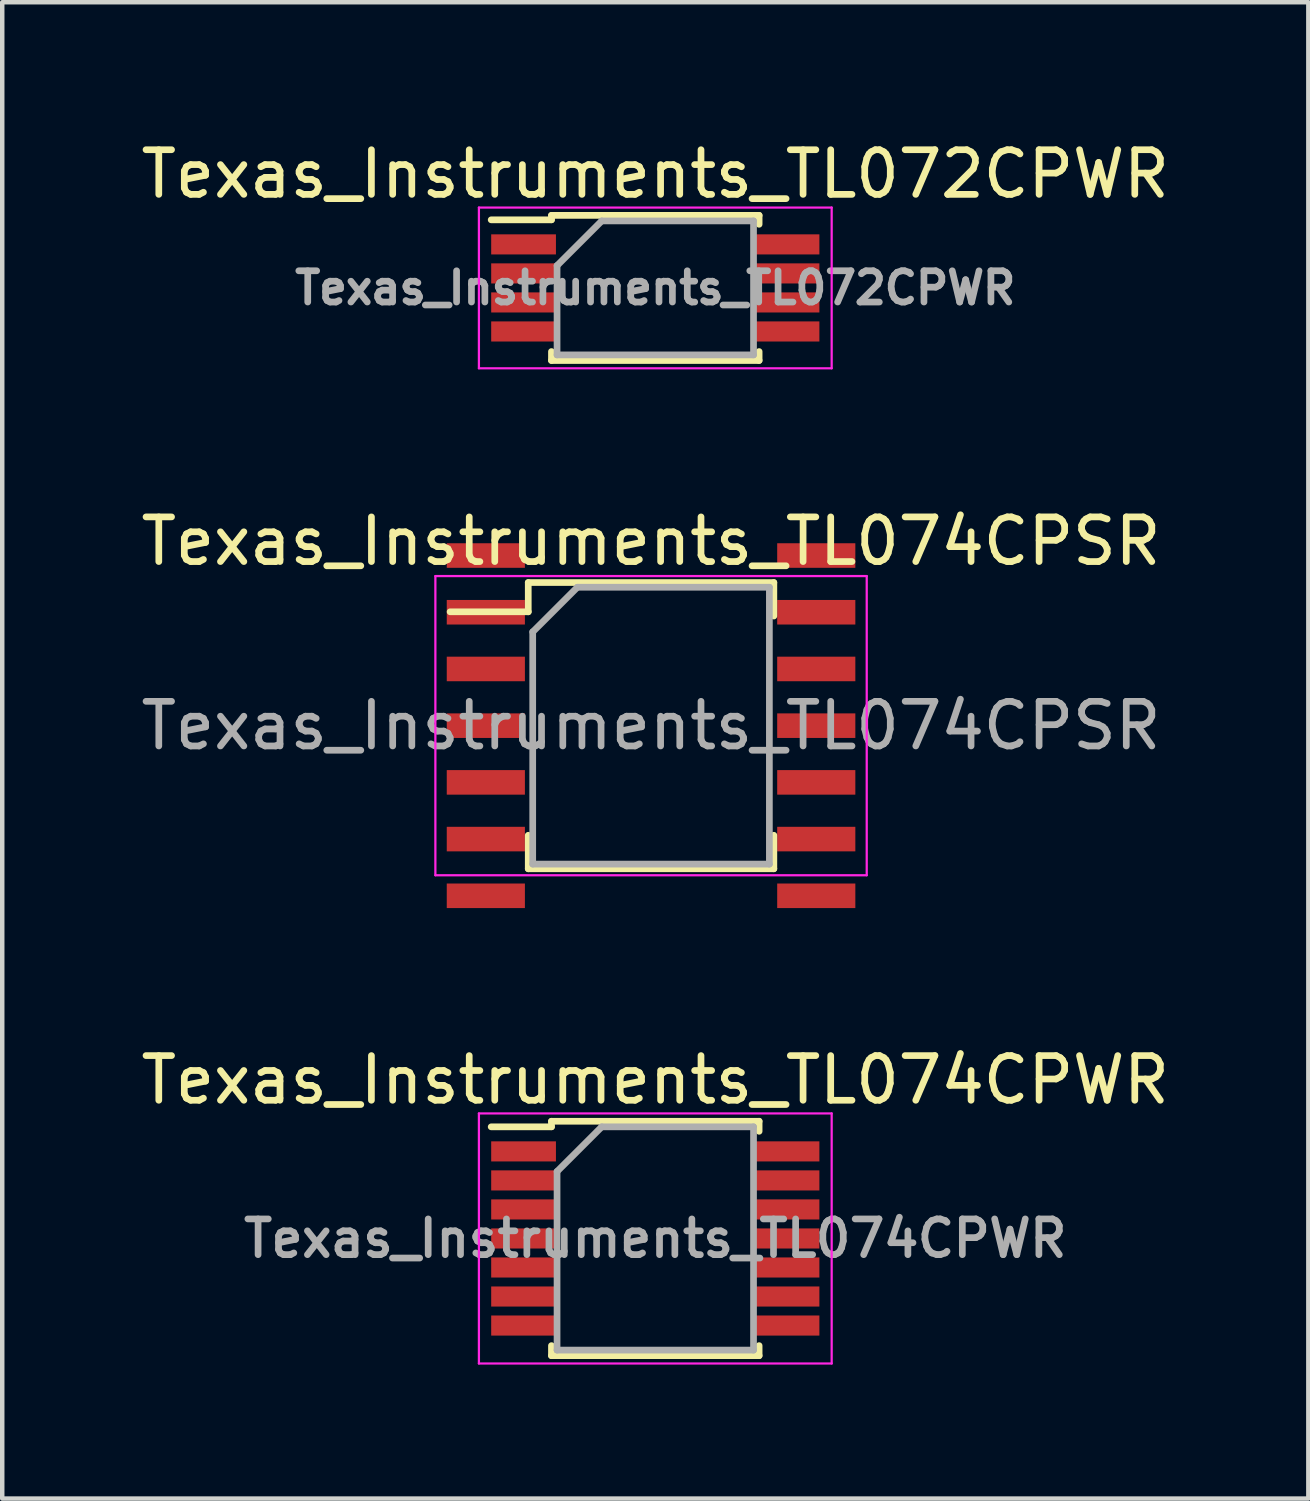
<source format=kicad_pcb>
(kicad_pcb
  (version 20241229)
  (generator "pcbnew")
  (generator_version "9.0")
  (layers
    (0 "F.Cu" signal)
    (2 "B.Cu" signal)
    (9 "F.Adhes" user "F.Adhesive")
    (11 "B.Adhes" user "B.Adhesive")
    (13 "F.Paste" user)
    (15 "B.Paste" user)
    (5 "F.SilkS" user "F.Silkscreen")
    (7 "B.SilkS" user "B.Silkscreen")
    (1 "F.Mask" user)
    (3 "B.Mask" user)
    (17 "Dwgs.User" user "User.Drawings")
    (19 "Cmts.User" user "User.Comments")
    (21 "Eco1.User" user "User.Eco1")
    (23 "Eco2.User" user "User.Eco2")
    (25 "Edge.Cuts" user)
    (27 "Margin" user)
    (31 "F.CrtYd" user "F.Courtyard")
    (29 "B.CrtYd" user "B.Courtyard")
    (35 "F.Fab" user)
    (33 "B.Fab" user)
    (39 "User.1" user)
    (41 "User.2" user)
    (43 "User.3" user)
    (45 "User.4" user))
  (footprint "Texas_Instruments_TL074CPWR"
    (layer "F.Cu")
    (at 11.625 24.685)
    (property "Reference" "Texas_Instruments_TL074CPWR" (at 0 -3.55 0) (layer "F.SilkS") (effects (font (size 1 1) (thickness 0.15))))
    (attr smd)
    (fp_line (start -2.325 -2.625) (end -2.325 -2.5) (stroke (width 0.15) (type solid)) (layer "F.SilkS"))
    (fp_line (start -2.325 -2.625) (end 2.325 -2.625) (stroke (width 0.15) (type solid)) (layer "F.SilkS"))
    (fp_line (start -2.325 -2.5) (end -3.675 -2.5) (stroke (width 0.15) (type solid)) (layer "F.SilkS"))
    (fp_line (start -2.325 2.625) (end -2.325 2.4) (stroke (width 0.15) (type solid)) (layer "F.SilkS"))
    (fp_line (start -2.325 2.625) (end 2.325 2.625) (stroke (width 0.15) (type solid)) (layer "F.SilkS"))
    (fp_line (start 2.325 -2.625) (end 2.325 -2.4) (stroke (width 0.15) (type solid)) (layer "F.SilkS"))
    (fp_line (start 2.325 2.625) (end 2.325 2.4) (stroke (width 0.15) (type solid)) (layer "F.SilkS"))
    (fp_line (start -3.95 -2.8) (end -3.95 2.8) (stroke (width 0.05) (type solid)) (layer "F.CrtYd"))
    (fp_line (start -3.95 -2.8) (end 3.95 -2.8) (stroke (width 0.05) (type solid)) (layer "F.CrtYd"))
    (fp_line (start -3.95 2.8) (end 3.95 2.8) (stroke (width 0.05) (type solid)) (layer "F.CrtYd"))
    (fp_line (start 3.95 -2.8) (end 3.95 2.8) (stroke (width 0.05) (type solid)) (layer "F.CrtYd"))
    (fp_line (start -2.2 -1.5) (end -1.2 -2.5) (stroke (width 0.15) (type solid)) (layer "F.Fab"))
    (fp_line (start -2.2 2.5) (end -2.2 -1.5) (stroke (width 0.15) (type solid)) (layer "F.Fab"))
    (fp_line (start -1.2 -2.5) (end 2.2 -2.5) (stroke (width 0.15) (type solid)) (layer "F.Fab"))
    (fp_line (start 2.2 -2.5) (end 2.2 2.5) (stroke (width 0.15) (type solid)) (layer "F.Fab"))
    (fp_line (start 2.2 2.5) (end -2.2 2.5) (stroke (width 0.15) (type solid)) (layer "F.Fab"))
    (fp_text user "${REFERENCE}" (at 0 0 0) (layer "F.Fab") (effects (font (size 0.8 0.8) (thickness 0.15))))
    (pad "1" smd rect (at -2.95 -1.95) (size 1.45 0.45) (layers "F.Cu" "F.Mask" "F.Paste"))
    (pad "2" smd rect (at -2.95 -1.3) (size 1.45 0.45) (layers "F.Cu" "F.Mask" "F.Paste"))
    (pad "3" smd rect (at -2.95 -0.65) (size 1.45 0.45) (layers "F.Cu" "F.Mask" "F.Paste"))
    (pad "4" smd rect (at -2.95 0) (size 1.45 0.45) (layers "F.Cu" "F.Mask" "F.Paste"))
    (pad "5" smd rect (at -2.95 0.65) (size 1.45 0.45) (layers "F.Cu" "F.Mask" "F.Paste"))
    (pad "6" smd rect (at -2.95 1.3) (size 1.45 0.45) (layers "F.Cu" "F.Mask" "F.Paste"))
    (pad "7" smd rect (at -2.95 1.95) (size 1.45 0.45) (layers "F.Cu" "F.Mask" "F.Paste"))
    (pad "8" smd rect (at 2.95 1.95) (size 1.45 0.45) (layers "F.Cu" "F.Mask" "F.Paste"))
    (pad "9" smd rect (at 2.95 1.3) (size 1.45 0.45) (layers "F.Cu" "F.Mask" "F.Paste"))
    (pad "10" smd rect (at 2.95 0.65) (size 1.45 0.45) (layers "F.Cu" "F.Mask" "F.Paste"))
    (pad "11" smd rect (at 2.95 0) (size 1.45 0.45) (layers "F.Cu" "F.Mask" "F.Paste"))
    (pad "12" smd rect (at 2.95 -0.65) (size 1.45 0.45) (layers "F.Cu" "F.Mask" "F.Paste"))
    (pad "13" smd rect (at 2.95 -1.3) (size 1.45 0.45) (layers "F.Cu" "F.Mask" "F.Paste"))
    (pad "14" smd rect (at 2.95 -1.95) (size 1.45 0.45) (layers "F.Cu" "F.Mask" "F.Paste")))
  (footprint "Texas_Instruments_TL072CPWR"
    (layer "F.Cu")
    (at 11.625 3.398)
    (property "Reference" "Texas_Instruments_TL072CPWR" (at 0 -2.55 0) (layer "F.SilkS") (effects (font (size 1 1) (thickness 0.15))))
    (attr smd)
    (fp_line (start -2.325 -1.625) (end -2.325 -1.525) (stroke (width 0.15) (type solid)) (layer "F.SilkS"))
    (fp_line (start -2.325 -1.625) (end 2.325 -1.625) (stroke (width 0.15) (type solid)) (layer "F.SilkS"))
    (fp_line (start -2.325 -1.525) (end -3.675 -1.525) (stroke (width 0.15) (type solid)) (layer "F.SilkS"))
    (fp_line (start -2.325 1.625) (end -2.325 1.425) (stroke (width 0.15) (type solid)) (layer "F.SilkS"))
    (fp_line (start -2.325 1.625) (end 2.325 1.625) (stroke (width 0.15) (type solid)) (layer "F.SilkS"))
    (fp_line (start 2.325 -1.625) (end 2.325 -1.425) (stroke (width 0.15) (type solid)) (layer "F.SilkS"))
    (fp_line (start 2.325 1.625) (end 2.325 1.425) (stroke (width 0.15) (type solid)) (layer "F.SilkS"))
    (fp_line (start -3.95 -1.8) (end -3.95 1.8) (stroke (width 0.05) (type solid)) (layer "F.CrtYd"))
    (fp_line (start -3.95 -1.8) (end 3.95 -1.8) (stroke (width 0.05) (type solid)) (layer "F.CrtYd"))
    (fp_line (start -3.95 1.8) (end 3.95 1.8) (stroke (width 0.05) (type solid)) (layer "F.CrtYd"))
    (fp_line (start 3.95 -1.8) (end 3.95 1.8) (stroke (width 0.05) (type solid)) (layer "F.CrtYd"))
    (fp_line (start -2.2 -0.5) (end -1.2 -1.5) (stroke (width 0.15) (type solid)) (layer "F.Fab"))
    (fp_line (start -2.2 1.5) (end -2.2 -0.5) (stroke (width 0.15) (type solid)) (layer "F.Fab"))
    (fp_line (start -1.2 -1.5) (end 2.2 -1.5) (stroke (width 0.15) (type solid)) (layer "F.Fab"))
    (fp_line (start 2.2 -1.5) (end 2.2 1.5) (stroke (width 0.15) (type solid)) (layer "F.Fab"))
    (fp_line (start 2.2 1.5) (end -2.2 1.5) (stroke (width 0.15) (type solid)) (layer "F.Fab"))
    (fp_text user "${REFERENCE}" (at 0 0 0) (layer "F.Fab") (effects (font (size 0.7 0.7) (thickness 0.15))))
    (pad "1" smd rect (at -2.95 -0.975) (size 1.45 0.45) (layers "F.Cu" "F.Mask" "F.Paste"))
    (pad "2" smd rect (at -2.95 -0.325) (size 1.45 0.45) (layers "F.Cu" "F.Mask" "F.Paste"))
    (pad "3" smd rect (at -2.95 0.325) (size 1.45 0.45) (layers "F.Cu" "F.Mask" "F.Paste"))
    (pad "4" smd rect (at -2.95 0.975) (size 1.45 0.45) (layers "F.Cu" "F.Mask" "F.Paste"))
    (pad "5" smd rect (at 2.95 0.975) (size 1.45 0.45) (layers "F.Cu" "F.Mask" "F.Paste"))
    (pad "6" smd rect (at 2.95 0.325) (size 1.45 0.45) (layers "F.Cu" "F.Mask" "F.Paste"))
    (pad "7" smd rect (at 2.95 -0.325) (size 1.45 0.45) (layers "F.Cu" "F.Mask" "F.Paste"))
    (pad "8" smd rect (at 2.95 -0.975) (size 1.45 0.45) (layers "F.Cu" "F.Mask" "F.Paste")))
  (footprint "Texas_Instruments_TL074CPSR"
    (layer "F.Cu")
    (at 11.53 13.201)
    (property "Reference" "Texas_Instruments_TL074CPSR" (at 0 -4.13 0) (layer "F.SilkS") (effects (font (size 1 1) (thickness 0.15))))
    (attr smd)
    (fp_line (start -2.75 -3.205) (end -2.75 -2.55) (stroke (width 0.15) (type solid)) (layer "F.SilkS"))
    (fp_line (start -2.75 -3.205) (end 2.75 -3.205) (stroke (width 0.15) (type solid)) (layer "F.SilkS"))
    (fp_line (start -2.75 -2.55) (end -4.5 -2.55) (stroke (width 0.15) (type solid)) (layer "F.SilkS"))
    (fp_line (start -2.75 3.205) (end -2.75 2.455) (stroke (width 0.15) (type solid)) (layer "F.SilkS"))
    (fp_line (start -2.75 3.205) (end 2.75 3.205) (stroke (width 0.15) (type solid)) (layer "F.SilkS"))
    (fp_line (start 2.75 -3.205) (end 2.75 -2.455) (stroke (width 0.15) (type solid)) (layer "F.SilkS"))
    (fp_line (start 2.75 3.205) (end 2.75 2.455) (stroke (width 0.15) (type solid)) (layer "F.SilkS"))
    (fp_line (start -4.83 -3.35) (end -4.83 3.35) (stroke (width 0.05) (type solid)) (layer "F.CrtYd"))
    (fp_line (start -4.83 -3.35) (end 4.83 -3.35) (stroke (width 0.05) (type solid)) (layer "F.CrtYd"))
    (fp_line (start -4.83 3.35) (end 4.83 3.35) (stroke (width 0.05) (type solid)) (layer "F.CrtYd"))
    (fp_line (start 4.83 -3.35) (end 4.83 3.35) (stroke (width 0.05) (type solid)) (layer "F.CrtYd"))
    (fp_line (start -2.65 -2.1) (end -1.65 -3.1) (stroke (width 0.15) (type solid)) (layer "F.Fab"))
    (fp_line (start -2.65 3.1) (end -2.65 -2.1) (stroke (width 0.15) (type solid)) (layer "F.Fab"))
    (fp_line (start -1.65 -3.1) (end 2.65 -3.1) (stroke (width 0.15) (type solid)) (layer "F.Fab"))
    (fp_line (start 2.65 -3.1) (end 2.65 3.1) (stroke (width 0.15) (type solid)) (layer "F.Fab"))
    (fp_line (start 2.65 3.1) (end -2.65 3.1) (stroke (width 0.15) (type solid)) (layer "F.Fab"))
    (fp_text user "${REFERENCE}" (at 0 0 0) (layer "F.Fab") (effects (font (size 1 1) (thickness 0.15))))
    (pad "1" smd rect (at -3.7 -3.81) (size 1.75 0.55) (layers "F.Cu" "F.Mask" "F.Paste"))
    (pad "2" smd rect (at -3.7 -2.54) (size 1.75 0.55) (layers "F.Cu" "F.Mask" "F.Paste"))
    (pad "3" smd rect (at -3.7 -1.27) (size 1.75 0.55) (layers "F.Cu" "F.Mask" "F.Paste"))
    (pad "4" smd rect (at -3.7 0) (size 1.75 0.55) (layers "F.Cu" "F.Mask" "F.Paste"))
    (pad "5" smd rect (at -3.7 1.27) (size 1.75 0.55) (layers "F.Cu" "F.Mask" "F.Paste"))
    (pad "6" smd rect (at -3.7 2.54) (size 1.75 0.55) (layers "F.Cu" "F.Mask" "F.Paste"))
    (pad "7" smd rect (at -3.7 3.81) (size 1.75 0.55) (layers "F.Cu" "F.Mask" "F.Paste"))
    (pad "8" smd rect (at 3.7 3.81) (size 1.75 0.55) (layers "F.Cu" "F.Mask" "F.Paste"))
    (pad "9" smd rect (at 3.7 2.54) (size 1.75 0.55) (layers "F.Cu" "F.Mask" "F.Paste"))
    (pad "10" smd rect (at 3.7 1.27) (size 1.75 0.55) (layers "F.Cu" "F.Mask" "F.Paste"))
    (pad "11" smd rect (at 3.7 0) (size 1.75 0.55) (layers "F.Cu" "F.Mask" "F.Paste"))
    (pad "12" smd rect (at 3.7 -1.27) (size 1.75 0.55) (layers "F.Cu" "F.Mask" "F.Paste"))
    (pad "13" smd rect (at 3.7 -2.54) (size 1.75 0.55) (layers "F.Cu" "F.Mask" "F.Paste"))
    (pad "14" smd rect (at 3.7 -3.81) (size 1.75 0.55) (layers "F.Cu" "F.Mask" "F.Paste")))
  (gr_rect
    (start -3 -3)
    (end 26.25 30.51)
    (stroke (width 0.1) (type default))
    (fill no)
    (layer "Edge.Cuts")))
</source>
